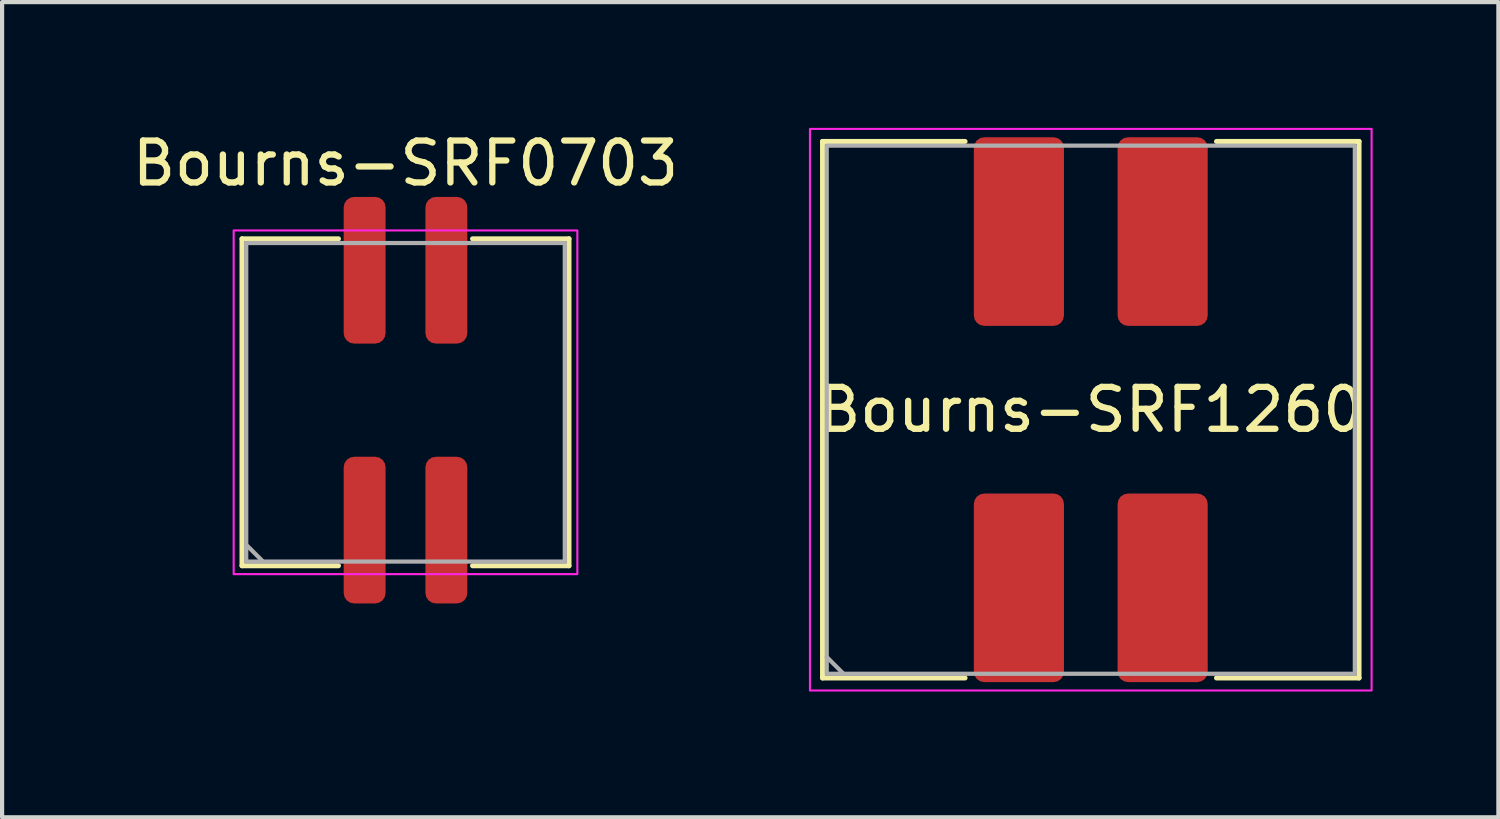
<source format=kicad_pcb>
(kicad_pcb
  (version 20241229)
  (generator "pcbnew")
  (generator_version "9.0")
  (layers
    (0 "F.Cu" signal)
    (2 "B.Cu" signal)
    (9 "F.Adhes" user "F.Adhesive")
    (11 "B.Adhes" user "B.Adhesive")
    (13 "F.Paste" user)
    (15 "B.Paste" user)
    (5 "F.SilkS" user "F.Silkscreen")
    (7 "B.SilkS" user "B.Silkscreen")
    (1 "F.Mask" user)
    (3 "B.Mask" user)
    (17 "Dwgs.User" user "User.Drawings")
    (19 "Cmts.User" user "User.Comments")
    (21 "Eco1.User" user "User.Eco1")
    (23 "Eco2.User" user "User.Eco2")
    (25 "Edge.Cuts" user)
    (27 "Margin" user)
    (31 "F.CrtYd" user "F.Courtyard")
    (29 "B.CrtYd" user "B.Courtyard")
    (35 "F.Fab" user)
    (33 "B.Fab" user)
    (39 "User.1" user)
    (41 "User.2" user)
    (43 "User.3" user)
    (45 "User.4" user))
  (footprint "Bourns-SRF1260"
    (layer "F.Cu")
    (at 22.975 6.725)
    (property "Reference" "Bourns-SRF1260" (at 0 0 0) (unlocked yes) (layer "F.SilkS") (effects (font (size 1 1) (thickness 0.15))))
    (attr smd)
    (fp_line (start -6.4 -6.4) (end -3 -6.4) (stroke (width 0.12) (type default)) (layer "F.SilkS"))
    (fp_line (start -6.4 6.4) (end -6.4 -6.4) (stroke (width 0.12) (type default)) (layer "F.SilkS"))
    (fp_line (start -3 6.4) (end -6.4 6.4) (stroke (width 0.12) (type default)) (layer "F.SilkS"))
    (fp_line (start 3 -6.4) (end 6.4 -6.4) (stroke (width 0.12) (type default)) (layer "F.SilkS"))
    (fp_line (start 6.4 -6.4) (end 6.4 6.4) (stroke (width 0.12) (type default)) (layer "F.SilkS"))
    (fp_line (start 6.4 6.4) (end 3 6.4) (stroke (width 0.12) (type default)) (layer "F.SilkS"))
    (fp_rect (start -6.7 -6.7) (end 6.7 6.7) (stroke (width 0.05) (type default)) (fill no) (layer "F.CrtYd"))
    (fp_line (start -5.9 6.3) (end -6.3 5.9) (stroke (width 0.1) (type default)) (layer "F.Fab"))
    (fp_rect (start -6.3 -6.3) (end 6.3 6.3) (stroke (width 0.1) (type default)) (fill no) (layer "F.Fab"))
    (pad "1" smd roundrect (at -1.715 4.25) (size 2.15 4.5) (layers "F.Cu" "F.Mask" "F.Paste") (roundrect_rratio 0.116))
    (pad "2" smd roundrect (at 1.715 4.25) (size 2.15 4.5) (layers "F.Cu" "F.Mask" "F.Paste") (roundrect_rratio 0.116))
    (pad "3" smd roundrect (at 1.715 -4.25) (size 2.15 4.5) (layers "F.Cu" "F.Mask" "F.Paste") (roundrect_rratio 0.116))
    (pad "4" smd roundrect (at -1.715 -4.25) (size 2.15 4.5) (layers "F.Cu" "F.Mask" "F.Paste") (roundrect_rratio 0.116)))
  (footprint "Bourns-SRF0703"
    (layer "F.Cu")
    (at 6.625 6.548)
    (property "Reference" "Bourns-SRF0703" (at 0 -5.7 0) (unlocked yes) (layer "F.SilkS") (effects (font (size 1 1) (thickness 0.15))))
    (attr smd)
    (fp_line (start -3.9 -3.9) (end -1.6 -3.9) (stroke (width 0.12) (type default)) (layer "F.SilkS"))
    (fp_line (start -3.9 3.9) (end -3.9 -3.9) (stroke (width 0.12) (type default)) (layer "F.SilkS"))
    (fp_line (start -1.6 3.9) (end -3.9 3.9) (stroke (width 0.12) (type default)) (layer "F.SilkS"))
    (fp_line (start 1.6 -3.9) (end 3.9 -3.9) (stroke (width 0.12) (type default)) (layer "F.SilkS"))
    (fp_line (start 3.9 -3.9) (end 3.9 3.9) (stroke (width 0.12) (type default)) (layer "F.SilkS"))
    (fp_line (start 3.9 3.9) (end 1.6 3.9) (stroke (width 0.12) (type default)) (layer "F.SilkS"))
    (fp_rect (start -4.1 -4.1) (end 4.1 4.1) (stroke (width 0.05) (type default)) (fill no) (layer "F.CrtYd"))
    (fp_line (start -3.4 3.8) (end -3.8 3.4) (stroke (width 0.1) (type default)) (layer "F.Fab"))
    (fp_rect (start 3.8 -3.8) (end -3.8 3.8) (stroke (width 0.1) (type default)) (fill no) (layer "F.Fab"))
    (pad "1" smd roundrect (at -0.975 3.05) (size 1 3.5) (layers "F.Cu" "F.Mask" "F.Paste") (roundrect_rratio 0.25))
    (pad "2" smd roundrect (at 0.975 3.05) (size 1 3.5) (layers "F.Cu" "F.Mask" "F.Paste") (roundrect_rratio 0.25))
    (pad "3" smd roundrect (at 0.975 -3.15) (size 1 3.5) (layers "F.Cu" "F.Mask" "F.Paste") (roundrect_rratio 0.25))
    (pad "4" smd roundrect (at -0.975 -3.15) (size 1 3.5) (layers "F.Cu" "F.Mask" "F.Paste") (roundrect_rratio 0.25)))
  (gr_rect
    (start -3 -3)
    (end 32.7 16.45)
    (stroke (width 0.1) (type default))
    (fill no)
    (layer "Edge.Cuts")))
</source>
